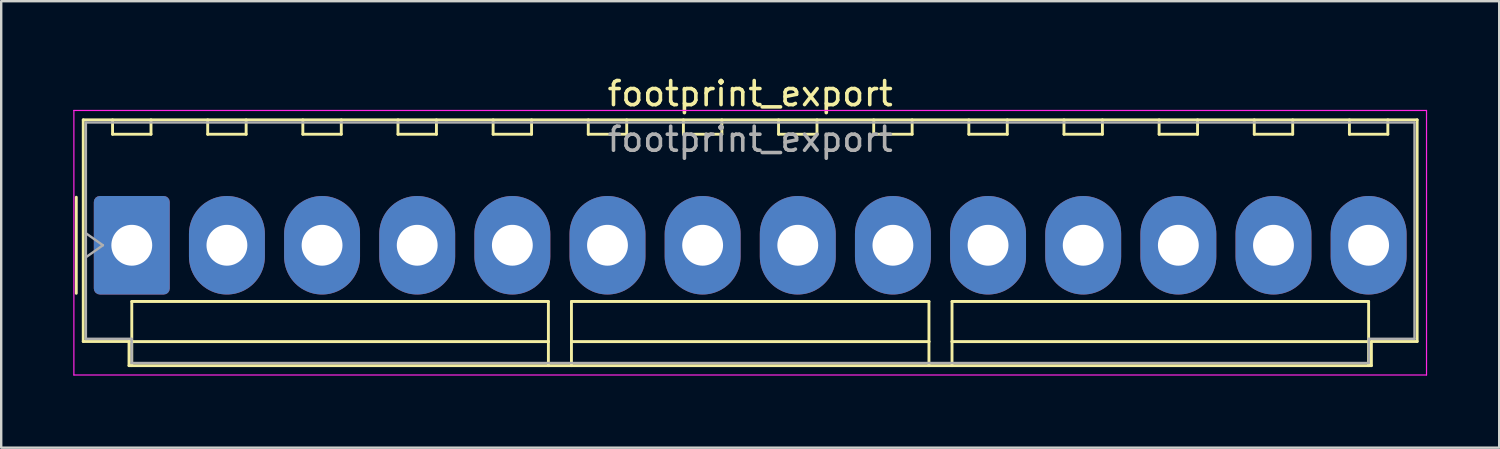
<source format=kicad_pcb>
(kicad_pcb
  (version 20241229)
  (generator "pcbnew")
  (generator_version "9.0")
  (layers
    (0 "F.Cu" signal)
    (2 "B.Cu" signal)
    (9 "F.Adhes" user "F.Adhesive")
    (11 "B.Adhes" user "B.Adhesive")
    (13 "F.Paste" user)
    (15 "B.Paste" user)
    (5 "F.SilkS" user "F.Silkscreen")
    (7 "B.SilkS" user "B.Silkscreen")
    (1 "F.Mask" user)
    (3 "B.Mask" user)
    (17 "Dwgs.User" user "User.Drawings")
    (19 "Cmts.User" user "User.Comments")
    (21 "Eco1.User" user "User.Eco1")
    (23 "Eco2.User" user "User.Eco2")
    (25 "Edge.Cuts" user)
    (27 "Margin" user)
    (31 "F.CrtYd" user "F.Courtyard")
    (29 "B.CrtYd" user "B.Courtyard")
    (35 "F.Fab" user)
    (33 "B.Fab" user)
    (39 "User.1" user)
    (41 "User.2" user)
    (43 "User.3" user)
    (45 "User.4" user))
  (footprint "footprint_export"
    (layer "F.Cu")
    (at 2.435 7.158)
    (property "Reference" "footprint_export" (at 25.74 -6.31 0) (layer "F.SilkS") (effects (font (size 1 1) (thickness 0.15))))
    (attr through_hole)
    (fp_line (start -2.31 -2) (end -2.31 2) (stroke (width 0.12) (type solid)) (layer "F.SilkS"))
    (fp_line (start -2.02 -5.22) (end 53.5 -5.22) (stroke (width 0.12) (type solid)) (layer "F.SilkS"))
    (fp_line (start -2.02 4.005) (end -2.02 -5.22) (stroke (width 0.12) (type solid)) (layer "F.SilkS"))
    (fp_line (start -0.8 -5.22) (end -0.8 -4.62) (stroke (width 0.12) (type solid)) (layer "F.SilkS"))
    (fp_line (start -0.8 -4.62) (end 0.8 -4.62) (stroke (width 0.12) (type solid)) (layer "F.SilkS"))
    (fp_line (start -0.115 4.005) (end -2.02 4.005) (stroke (width 0.12) (type solid)) (layer "F.SilkS"))
    (fp_line (start -0.115 5.01) (end -0.115 4.005) (stroke (width 0.12) (type solid)) (layer "F.SilkS"))
    (fp_line (start 0 2.34) (end 17.34 2.34) (stroke (width 0.12) (type solid)) (layer "F.SilkS"))
    (fp_line (start 0 4.01) (end 0 2.34) (stroke (width 0.12) (type solid)) (layer "F.SilkS"))
    (fp_line (start 0 4.01) (end 17.34 4.01) (stroke (width 0.12) (type solid)) (layer "F.SilkS"))
    (fp_line (start 0 5.01) (end 0 4.01) (stroke (width 0.12) (type solid)) (layer "F.SilkS"))
    (fp_line (start 0.8 -4.62) (end 0.8 -5.22) (stroke (width 0.12) (type solid)) (layer "F.SilkS"))
    (fp_line (start 3.16 -5.22) (end 3.16 -4.62) (stroke (width 0.12) (type solid)) (layer "F.SilkS"))
    (fp_line (start 3.16 -4.62) (end 4.76 -4.62) (stroke (width 0.12) (type solid)) (layer "F.SilkS"))
    (fp_line (start 4.76 -4.62) (end 4.76 -5.22) (stroke (width 0.12) (type solid)) (layer "F.SilkS"))
    (fp_line (start 7.12 -5.22) (end 7.12 -4.62) (stroke (width 0.12) (type solid)) (layer "F.SilkS"))
    (fp_line (start 7.12 -4.62) (end 8.72 -4.62) (stroke (width 0.12) (type solid)) (layer "F.SilkS"))
    (fp_line (start 8.72 -4.62) (end 8.72 -5.22) (stroke (width 0.12) (type solid)) (layer "F.SilkS"))
    (fp_line (start 11.08 -5.22) (end 11.08 -4.62) (stroke (width 0.12) (type solid)) (layer "F.SilkS"))
    (fp_line (start 11.08 -4.62) (end 12.68 -4.62) (stroke (width 0.12) (type solid)) (layer "F.SilkS"))
    (fp_line (start 12.68 -4.62) (end 12.68 -5.22) (stroke (width 0.12) (type solid)) (layer "F.SilkS"))
    (fp_line (start 15.04 -5.22) (end 15.04 -4.62) (stroke (width 0.12) (type solid)) (layer "F.SilkS"))
    (fp_line (start 15.04 -4.62) (end 16.64 -4.62) (stroke (width 0.12) (type solid)) (layer "F.SilkS"))
    (fp_line (start 16.64 -4.62) (end 16.64 -5.22) (stroke (width 0.12) (type solid)) (layer "F.SilkS"))
    (fp_line (start 17.34 2.34) (end 17.34 4.01) (stroke (width 0.12) (type solid)) (layer "F.SilkS"))
    (fp_line (start 17.34 4.01) (end 17.34 5.01) (stroke (width 0.12) (type solid)) (layer "F.SilkS"))
    (fp_line (start 18.3 2.34) (end 33.18 2.34) (stroke (width 0.12) (type solid)) (layer "F.SilkS"))
    (fp_line (start 18.3 4.01) (end 18.3 2.34) (stroke (width 0.12) (type solid)) (layer "F.SilkS"))
    (fp_line (start 18.3 4.01) (end 33.18 4.01) (stroke (width 0.12) (type solid)) (layer "F.SilkS"))
    (fp_line (start 18.3 5.01) (end 18.3 4.01) (stroke (width 0.12) (type solid)) (layer "F.SilkS"))
    (fp_line (start 19 -5.22) (end 19 -4.62) (stroke (width 0.12) (type solid)) (layer "F.SilkS"))
    (fp_line (start 19 -4.62) (end 20.6 -4.62) (stroke (width 0.12) (type solid)) (layer "F.SilkS"))
    (fp_line (start 20.6 -4.62) (end 20.6 -5.22) (stroke (width 0.12) (type solid)) (layer "F.SilkS"))
    (fp_line (start 22.96 -5.22) (end 22.96 -4.62) (stroke (width 0.12) (type solid)) (layer "F.SilkS"))
    (fp_line (start 22.96 -4.62) (end 24.56 -4.62) (stroke (width 0.12) (type solid)) (layer "F.SilkS"))
    (fp_line (start 24.56 -4.62) (end 24.56 -5.22) (stroke (width 0.12) (type solid)) (layer "F.SilkS"))
    (fp_line (start 26.92 -5.22) (end 26.92 -4.62) (stroke (width 0.12) (type solid)) (layer "F.SilkS"))
    (fp_line (start 26.92 -4.62) (end 28.52 -4.62) (stroke (width 0.12) (type solid)) (layer "F.SilkS"))
    (fp_line (start 28.52 -4.62) (end 28.52 -5.22) (stroke (width 0.12) (type solid)) (layer "F.SilkS"))
    (fp_line (start 30.88 -5.22) (end 30.88 -4.62) (stroke (width 0.12) (type solid)) (layer "F.SilkS"))
    (fp_line (start 30.88 -4.62) (end 32.48 -4.62) (stroke (width 0.12) (type solid)) (layer "F.SilkS"))
    (fp_line (start 32.48 -4.62) (end 32.48 -5.22) (stroke (width 0.12) (type solid)) (layer "F.SilkS"))
    (fp_line (start 33.18 2.34) (end 33.18 4.01) (stroke (width 0.12) (type solid)) (layer "F.SilkS"))
    (fp_line (start 33.18 4.01) (end 33.18 5.01) (stroke (width 0.12) (type solid)) (layer "F.SilkS"))
    (fp_line (start 34.14 2.34) (end 51.48 2.34) (stroke (width 0.12) (type solid)) (layer "F.SilkS"))
    (fp_line (start 34.14 4.01) (end 34.14 2.34) (stroke (width 0.12) (type solid)) (layer "F.SilkS"))
    (fp_line (start 34.14 4.01) (end 51.48 4.01) (stroke (width 0.12) (type solid)) (layer "F.SilkS"))
    (fp_line (start 34.14 5.01) (end 34.14 4.01) (stroke (width 0.12) (type solid)) (layer "F.SilkS"))
    (fp_line (start 34.84 -5.22) (end 34.84 -4.62) (stroke (width 0.12) (type solid)) (layer "F.SilkS"))
    (fp_line (start 34.84 -4.62) (end 36.44 -4.62) (stroke (width 0.12) (type solid)) (layer "F.SilkS"))
    (fp_line (start 36.44 -4.62) (end 36.44 -5.22) (stroke (width 0.12) (type solid)) (layer "F.SilkS"))
    (fp_line (start 38.8 -5.22) (end 38.8 -4.62) (stroke (width 0.12) (type solid)) (layer "F.SilkS"))
    (fp_line (start 38.8 -4.62) (end 40.4 -4.62) (stroke (width 0.12) (type solid)) (layer "F.SilkS"))
    (fp_line (start 40.4 -4.62) (end 40.4 -5.22) (stroke (width 0.12) (type solid)) (layer "F.SilkS"))
    (fp_line (start 42.76 -5.22) (end 42.76 -4.62) (stroke (width 0.12) (type solid)) (layer "F.SilkS"))
    (fp_line (start 42.76 -4.62) (end 44.36 -4.62) (stroke (width 0.12) (type solid)) (layer "F.SilkS"))
    (fp_line (start 44.36 -4.62) (end 44.36 -5.22) (stroke (width 0.12) (type solid)) (layer "F.SilkS"))
    (fp_line (start 46.72 -5.22) (end 46.72 -4.62) (stroke (width 0.12) (type solid)) (layer "F.SilkS"))
    (fp_line (start 46.72 -4.62) (end 48.32 -4.62) (stroke (width 0.12) (type solid)) (layer "F.SilkS"))
    (fp_line (start 48.32 -4.62) (end 48.32 -5.22) (stroke (width 0.12) (type solid)) (layer "F.SilkS"))
    (fp_line (start 50.68 -5.22) (end 50.68 -4.62) (stroke (width 0.12) (type solid)) (layer "F.SilkS"))
    (fp_line (start 50.68 -4.62) (end 52.28 -4.62) (stroke (width 0.12) (type solid)) (layer "F.SilkS"))
    (fp_line (start 51.48 2.34) (end 51.48 4.01) (stroke (width 0.12) (type solid)) (layer "F.SilkS"))
    (fp_line (start 51.48 4.01) (end 51.48 5.01) (stroke (width 0.12) (type solid)) (layer "F.SilkS"))
    (fp_line (start 51.595 4.005) (end 51.595 5.01) (stroke (width 0.12) (type solid)) (layer "F.SilkS"))
    (fp_line (start 51.595 5.01) (end -0.115 5.01) (stroke (width 0.12) (type solid)) (layer "F.SilkS"))
    (fp_line (start 52.28 -4.62) (end 52.28 -5.22) (stroke (width 0.12) (type solid)) (layer "F.SilkS"))
    (fp_line (start 53.5 -5.22) (end 53.5 4.005) (stroke (width 0.12) (type solid)) (layer "F.SilkS"))
    (fp_line (start 53.5 4.005) (end 51.595 4.005) (stroke (width 0.12) (type solid)) (layer "F.SilkS"))
    (fp_line (start -2.41 -5.61) (end -2.41 5.4) (stroke (width 0.05) (type solid)) (layer "F.CrtYd"))
    (fp_line (start -2.41 5.4) (end 53.89 5.4) (stroke (width 0.05) (type solid)) (layer "F.CrtYd"))
    (fp_line (start 53.89 -5.61) (end -2.41 -5.61) (stroke (width 0.05) (type solid)) (layer "F.CrtYd"))
    (fp_line (start 53.89 5.4) (end 53.89 -5.61) (stroke (width 0.05) (type solid)) (layer "F.CrtYd"))
    (fp_line (start -1.91 -5.11) (end 53.39 -5.11) (stroke (width 0.1) (type solid)) (layer "F.Fab"))
    (fp_line (start -1.91 -0.5) (end -1.203 0) (stroke (width 0.1) (type solid)) (layer "F.Fab"))
    (fp_line (start -1.91 3.895) (end -1.91 -5.11) (stroke (width 0.1) (type solid)) (layer "F.Fab"))
    (fp_line (start -1.203 0) (end -1.91 0.5) (stroke (width 0.1) (type solid)) (layer "F.Fab"))
    (fp_line (start -0.005 3.895) (end -1.91 3.895) (stroke (width 0.1) (type solid)) (layer "F.Fab"))
    (fp_line (start -0.005 4.9) (end -0.005 3.895) (stroke (width 0.1) (type solid)) (layer "F.Fab"))
    (fp_line (start 51.485 3.895) (end 51.485 4.9) (stroke (width 0.1) (type solid)) (layer "F.Fab"))
    (fp_line (start 51.485 4.9) (end -0.005 4.9) (stroke (width 0.1) (type solid)) (layer "F.Fab"))
    (fp_line (start 53.39 -5.11) (end 53.39 3.895) (stroke (width 0.1) (type solid)) (layer "F.Fab"))
    (fp_line (start 53.39 3.895) (end 51.485 3.895) (stroke (width 0.1) (type solid)) (layer "F.Fab"))
    (fp_text user "${REFERENCE}" (at 25.74 -4.41 0) (layer "F.Fab") (effects (font (size 1 1) (thickness 0.15))))
    (pad "1" thru_hole roundrect (at 0 0) (size 3.16 4.1) (drill 1.7) (layers "*.Cu" "*.Mask") (roundrect_rratio 0.079))
    (pad "2" thru_hole oval (at 3.96 0) (size 3.16 4.1) (drill 1.7) (layers "*.Cu" "*.Mask"))
    (pad "3" thru_hole oval (at 7.92 0) (size 3.16 4.1) (drill 1.7) (layers "*.Cu" "*.Mask"))
    (pad "4" thru_hole oval (at 11.88 0) (size 3.16 4.1) (drill 1.7) (layers "*.Cu" "*.Mask"))
    (pad "5" thru_hole oval (at 15.84 0) (size 3.16 4.1) (drill 1.7) (layers "*.Cu" "*.Mask"))
    (pad "6" thru_hole oval (at 19.8 0) (size 3.16 4.1) (drill 1.7) (layers "*.Cu" "*.Mask"))
    (pad "7" thru_hole oval (at 23.76 0) (size 3.16 4.1) (drill 1.7) (layers "*.Cu" "*.Mask"))
    (pad "8" thru_hole oval (at 27.72 0) (size 3.16 4.1) (drill 1.7) (layers "*.Cu" "*.Mask"))
    (pad "9" thru_hole oval (at 31.68 0) (size 3.16 4.1) (drill 1.7) (layers "*.Cu" "*.Mask"))
    (pad "10" thru_hole oval (at 35.64 0) (size 3.16 4.1) (drill 1.7) (layers "*.Cu" "*.Mask"))
    (pad "11" thru_hole oval (at 39.6 0) (size 3.16 4.1) (drill 1.7) (layers "*.Cu" "*.Mask"))
    (pad "12" thru_hole oval (at 43.56 0) (size 3.16 4.1) (drill 1.7) (layers "*.Cu" "*.Mask"))
    (pad "13" thru_hole oval (at 47.52 0) (size 3.16 4.1) (drill 1.7) (layers "*.Cu" "*.Mask"))
    (pad "14" thru_hole oval (at 51.48 0) (size 3.16 4.1) (drill 1.7) (layers "*.Cu" "*.Mask")))
  (gr_rect
    (start -3 -3)
    (end 59.35 15.583)
    (stroke (width 0.1) (type default))
    (fill no)
    (layer "Edge.Cuts")))
</source>
